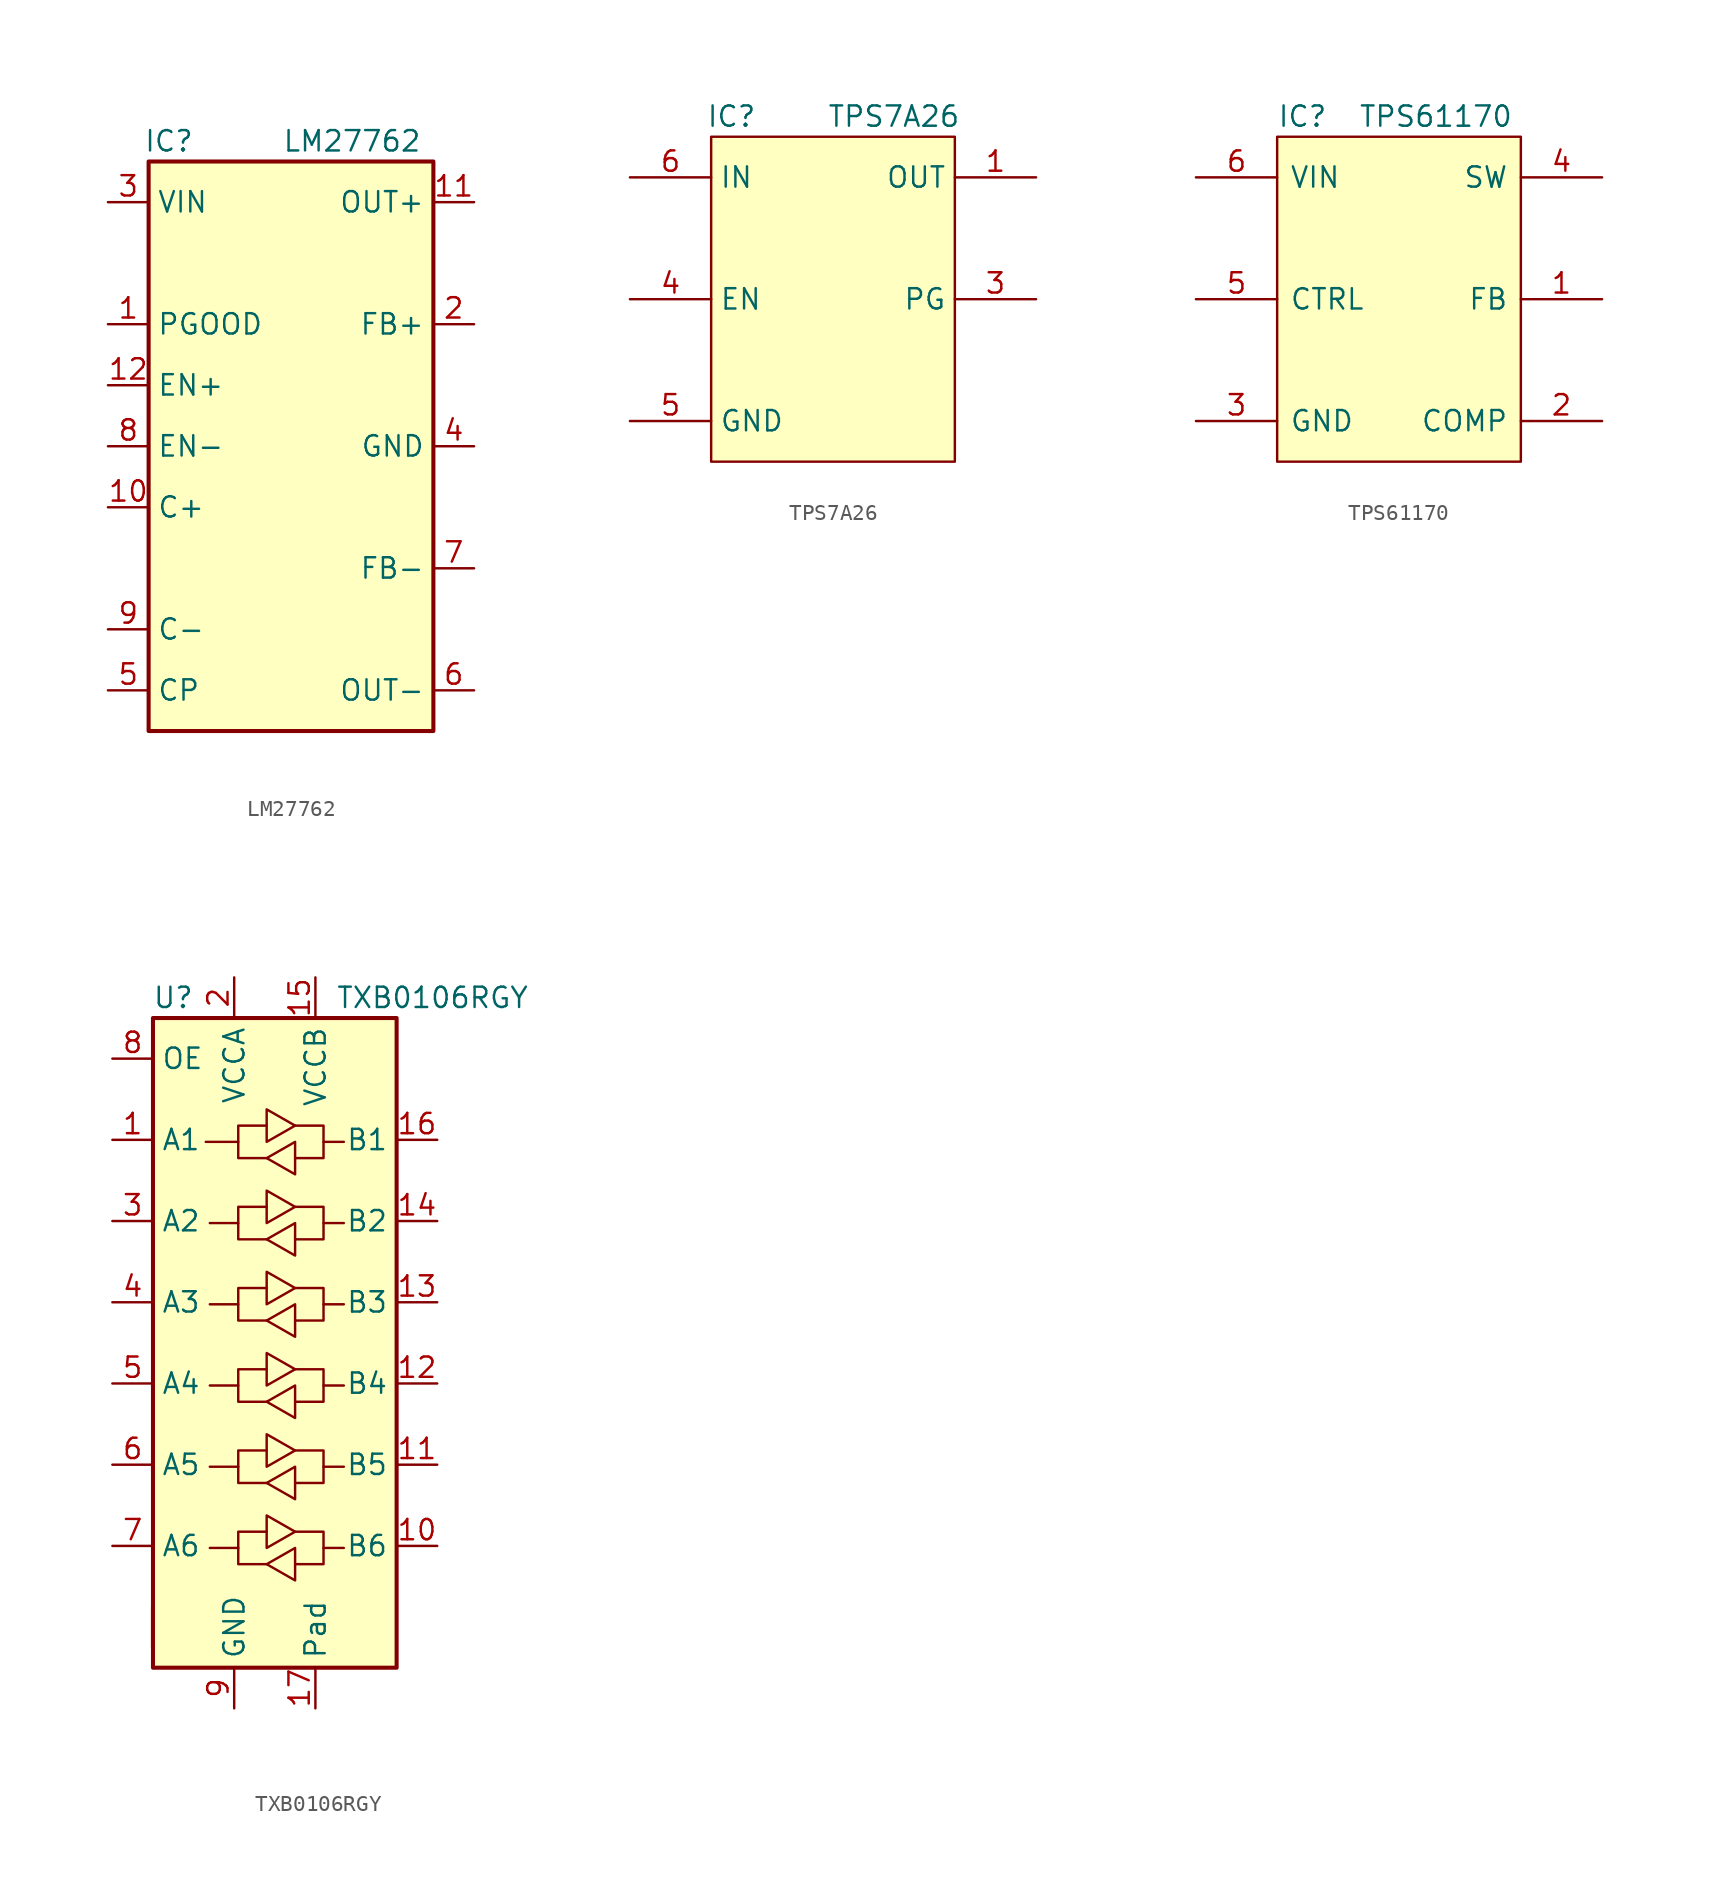
<source format=kicad_sym>
(kicad_symbol_lib
  (version 20220914)
  (generator kicad_symbol_editor)
  (symbol "LM27762"
    (property "Reference" "IC"
      (at -7.62 19.05 0)
      (effects (font (size 1.27 1.27))))
    (property "Value" "LM27762"
      (at 3.81 19.05 0)
      (effects (font (size 1.27 1.27))))
    (symbol "LM27762_0_1"
      (rectangle (start -8.89 17.78) (end 8.89 -17.78) (stroke (width 0.254) (type default)) (fill (type background))))
    (symbol "LM27762_1_1"
      (pin open_collector line (at -11.43 7.62 0) (length 2.54) (name "PGOOD" (effects (font (size 1.27 1.27)))) (number "1" (effects (font (size 1.27 1.27)))))
      (pin passive line (at -11.43 -3.81 0) (length 2.54) (name "C+" (effects (font (size 1.27 1.27)))) (number "10" (effects (font (size 1.27 1.27)))))
      (pin power_out line (at 11.43 15.24 180) (length 2.54) (name "OUT+" (effects (font (size 1.27 1.27)))) (number "11" (effects (font (size 1.27 1.27)))))
      (pin input line (at -11.43 3.81 0) (length 2.54) (name "EN+" (effects (font (size 1.27 1.27)))) (number "12" (effects (font (size 1.27 1.27)))))
      (pin power_in line (at 11.43 0 180) (length 2.54) hide (name "GND" (effects (font (size 1.27 1.27)))) (number "13" (effects (font (size 1.27 1.27)))))
      (pin input line (at 11.43 7.62 180) (length 2.54) (name "FB+" (effects (font (size 1.27 1.27)))) (number "2" (effects (font (size 1.27 1.27)))))
      (pin power_in line (at -11.43 15.24 0) (length 2.54) (name "VIN" (effects (font (size 1.27 1.27)))) (number "3" (effects (font (size 1.27 1.27)))))
      (pin power_in line (at 11.43 0 180) (length 2.54) (name "GND" (effects (font (size 1.27 1.27)))) (number "4" (effects (font (size 1.27 1.27)))))
      (pin passive line (at -11.43 -15.24 0) (length 2.54) (name "CP" (effects (font (size 1.27 1.27)))) (number "5" (effects (font (size 1.27 1.27)))))
      (pin power_out line (at 11.43 -15.24 180) (length 2.54) (name "OUT-" (effects (font (size 1.27 1.27)))) (number "6" (effects (font (size 1.27 1.27)))))
      (pin input line (at 11.43 -7.62 180) (length 2.54) (name "FB-" (effects (font (size 1.27 1.27)))) (number "7" (effects (font (size 1.27 1.27)))))
      (pin input line (at -11.43 0 0) (length 2.54) (name "EN-" (effects (font (size 1.27 1.27)))) (number "8" (effects (font (size 1.27 1.27)))))
      (pin passive line (at -11.43 -11.43 0) (length 2.54) (name "C-" (effects (font (size 1.27 1.27)))) (number "9" (effects (font (size 1.27 1.27)))))))
  (symbol "TPS7A26"
    (property "Reference" "IC"
      (at -6.35 11.43 0)
      (effects (font (size 1.27 1.27))))
    (property "Value" "TPS7A26"
      (at 3.81 11.43 0)
      (effects (font (size 1.27 1.27))))
    (symbol "TPS7A26_1_1"
      (rectangle (start -7.62 10.16) (end 7.62 -10.16) (stroke (width 0) (type default)) (fill (type background)))
      (pin passive line (at 12.7 7.62 180) (length 5.08) (name "OUT" (effects (font (size 1.27 1.27)))) (number "1" (effects (font (size 1.27 1.27)))))
      (pin no_connect line (at 7.62 -7.62 180) (length 5.08) hide (name "NC" (effects (font (size 1.27 1.27)))) (number "2" (effects (font (size 1.27 1.27)))))
      (pin output line (at 12.7 0 180) (length 5.08) (name "PG" (effects (font (size 1.27 1.27)))) (number "3" (effects (font (size 1.27 1.27)))))
      (pin input line (at -12.7 0 0) (length 5.08) (name "EN" (effects (font (size 1.27 1.27)))) (number "4" (effects (font (size 1.27 1.27)))))
      (pin passive line (at -12.7 -7.62 0) (length 5.08) (name "GND" (effects (font (size 1.27 1.27)))) (number "5" (effects (font (size 1.27 1.27)))))
      (pin passive line (at -12.7 7.62 0) (length 5.08) (name "IN" (effects (font (size 1.27 1.27)))) (number "6" (effects (font (size 1.27 1.27)))))
      (pin passive line (at -12.7 -7.62 0) (length 5.08) hide (name "GND" (effects (font (size 1.27 1.27)))) (number "7" (effects (font (size 1.27 1.27)))))))
  (symbol "TPS61170"
    (pin_names
      (offset 0.762))
    (property "Reference" "IC"
      (at -7.62 8.89 0)
      (effects (font (size 1.27 1.27)) (justify left)))
    (property "Value" "TPS61170"
      (at -2.54 8.89 0)
      (effects (font (size 1.27 1.27)) (justify left)))
    (symbol "TPS61170_0_0"
      (pin input line (at 12.7 -2.54 180) (length 5.08) (name "FB" (effects (font (size 1.27 1.27)))) (number "1" (effects (font (size 1.27 1.27)))))
      (pin output line (at 12.7 -10.16 180) (length 5.08) (name "COMP" (effects (font (size 1.27 1.27)))) (number "2" (effects (font (size 1.27 1.27)))))
      (pin bidirectional line (at 12.7 5.08 180) (length 5.08) (name "SW" (effects (font (size 1.27 1.27)))) (number "4" (effects (font (size 1.27 1.27)))))
      (pin input line (at -12.7 -2.54 0) (length 5.08) (name "CTRL" (effects (font (size 1.27 1.27)))) (number "5" (effects (font (size 1.27 1.27))))))
    (symbol "TPS61170_1_0"
      (pin passive line (at -12.7 -10.16 0) (length 5.08) (name "GND" (effects (font (size 1.27 1.27)))) (number "3" (effects (font (size 1.27 1.27)))))
      (pin passive line (at -12.7 5.08 0) (length 5.08) (name "VIN" (effects (font (size 1.27 1.27)))) (number "6" (effects (font (size 1.27 1.27)))))
      (pin passive line (at -12.7 -10.16 0) (length 5.08) hide (name "GND" (effects (font (size 1.27 1.27)))) (number "7" (effects (font (size 1.27 1.27))))))
    (symbol "TPS61170_1_1"
      (rectangle (start -7.62 7.62) (end 7.62 -12.7) (stroke (width 0) (type default)) (fill (type background)))))
  (symbol "TXB0106RGY"
    (property "Reference" "U"
      (at -6.35 21.59 0)
      (effects (font (size 1.27 1.27))))
    (property "Value" "TXB0106RGY"
      (at 3.81 21.59 0)
      (effects (font (size 1.27 1.27)) (justify left)))
    (symbol "TXB0106RGY_0_1"
      (rectangle (start -7.62 -19.05) (end -7.62 -16.51) (stroke (width 0.254) (type default)) (fill (type none)))
      (rectangle (start -7.62 20.32) (end 7.62 -20.32) (stroke (width 0.254) (type default)) (fill (type background)))
      (polyline (pts (xy -2.286 -12.827) (xy -2.286 -11.811) (xy -0.508 -11.811)) (stroke (width 0) (type default)) (fill (type none)))
      (polyline (pts (xy -2.286 -7.747) (xy -2.286 -6.731) (xy -0.508 -6.731)) (stroke (width 0) (type default)) (fill (type none)))
      (polyline (pts (xy -2.286 -2.667) (xy -2.286 -1.651) (xy -0.508 -1.651)) (stroke (width 0) (type default)) (fill (type none)))
      (polyline (pts (xy -2.286 2.413) (xy -2.286 3.429) (xy -0.508 3.429)) (stroke (width 0) (type default)) (fill (type none)))
      (polyline (pts (xy -2.286 7.493) (xy -2.286 8.509) (xy -0.508 8.509)) (stroke (width 0) (type default)) (fill (type none)))
      (polyline (pts (xy -2.286 12.573) (xy -2.286 13.589) (xy -0.508 13.589)) (stroke (width 0) (type default)) (fill (type none)))
      (polyline (pts (xy 3.048 -12.827) (xy 3.048 -13.843) (xy 1.27 -13.843)) (stroke (width 0) (type default)) (fill (type none)))
      (polyline (pts (xy 3.048 -7.747) (xy 3.048 -8.763) (xy 1.27 -8.763)) (stroke (width 0) (type default)) (fill (type none)))
      (polyline (pts (xy 3.048 -2.667) (xy 3.048 -3.683) (xy 1.27 -3.683)) (stroke (width 0) (type default)) (fill (type none)))
      (polyline (pts (xy 3.048 2.413) (xy 3.048 1.397) (xy 1.27 1.397)) (stroke (width 0) (type default)) (fill (type none)))
      (polyline (pts (xy 3.048 7.493) (xy 3.048 6.477) (xy 1.27 6.477)) (stroke (width 0) (type default)) (fill (type none)))
      (polyline (pts (xy 3.048 12.573) (xy 3.048 11.557) (xy 1.27 11.557)) (stroke (width 0) (type default)) (fill (type none)))
      (polyline (pts (xy -0.508 -13.843) (xy -2.286 -13.843) (xy -2.286 -12.827) (xy -4.064 -12.827)) (stroke (width 0) (type default)) (fill (type none)))
      (polyline (pts (xy -0.508 -13.843) (xy 1.27 -12.827) (xy 1.27 -14.859) (xy -0.508 -13.843)) (stroke (width 0) (type default)) (fill (type none)))
      (polyline (pts (xy -0.508 -8.763) (xy -2.286 -8.763) (xy -2.286 -7.747) (xy -4.064 -7.747)) (stroke (width 0) (type default)) (fill (type none)))
      (polyline (pts (xy -0.508 -8.763) (xy 1.27 -7.747) (xy 1.27 -9.779) (xy -0.508 -8.763)) (stroke (width 0) (type default)) (fill (type none)))
      (polyline (pts (xy -0.508 -3.683) (xy -2.286 -3.683) (xy -2.286 -2.667) (xy -4.064 -2.667)) (stroke (width 0) (type default)) (fill (type none)))
      (polyline (pts (xy -0.508 -3.683) (xy 1.27 -2.667) (xy 1.27 -4.699) (xy -0.508 -3.683)) (stroke (width 0) (type default)) (fill (type none)))
      (polyline (pts (xy -0.508 1.397) (xy -2.286 1.397) (xy -2.286 2.413) (xy -4.064 2.413)) (stroke (width 0) (type default)) (fill (type none)))
      (polyline (pts (xy -0.508 1.397) (xy 1.27 2.413) (xy 1.27 0.381) (xy -0.508 1.397)) (stroke (width 0) (type default)) (fill (type none)))
      (polyline (pts (xy -0.508 6.477) (xy -2.286 6.477) (xy -2.286 7.493) (xy -4.064 7.493)) (stroke (width 0) (type default)) (fill (type none)))
      (polyline (pts (xy -0.508 6.477) (xy 1.27 7.493) (xy 1.27 5.461) (xy -0.508 6.477)) (stroke (width 0) (type default)) (fill (type none)))
      (polyline (pts (xy -0.508 11.557) (xy -2.286 11.557) (xy -2.286 12.573) (xy -4.318 12.573)) (stroke (width 0) (type default)) (fill (type none)))
      (polyline (pts (xy -0.508 11.557) (xy 1.27 12.573) (xy 1.27 10.541) (xy -0.508 11.557)) (stroke (width 0) (type default)) (fill (type none)))
      (polyline (pts (xy 1.27 -11.811) (xy -0.508 -12.827) (xy -0.508 -10.795) (xy 1.27 -11.811)) (stroke (width 0) (type default)) (fill (type none)))
      (polyline (pts (xy 1.27 -11.811) (xy 3.048 -11.811) (xy 3.048 -12.827) (xy 4.318 -12.827)) (stroke (width 0) (type default)) (fill (type none)))
      (polyline (pts (xy 1.27 -6.731) (xy -0.508 -7.747) (xy -0.508 -5.715) (xy 1.27 -6.731)) (stroke (width 0) (type default)) (fill (type none)))
      (polyline (pts (xy 1.27 -6.731) (xy 3.048 -6.731) (xy 3.048 -7.747) (xy 4.318 -7.747)) (stroke (width 0) (type default)) (fill (type none)))
      (polyline (pts (xy 1.27 -1.651) (xy -0.508 -2.667) (xy -0.508 -0.635) (xy 1.27 -1.651)) (stroke (width 0) (type default)) (fill (type none)))
      (polyline (pts (xy 1.27 -1.651) (xy 3.048 -1.651) (xy 3.048 -2.667) (xy 4.318 -2.667)) (stroke (width 0) (type default)) (fill (type none)))
      (polyline (pts (xy 1.27 3.429) (xy -0.508 2.413) (xy -0.508 4.445) (xy 1.27 3.429)) (stroke (width 0) (type default)) (fill (type none)))
      (polyline (pts (xy 1.27 3.429) (xy 3.048 3.429) (xy 3.048 2.413) (xy 4.318 2.413)) (stroke (width 0) (type default)) (fill (type none)))
      (polyline (pts (xy 1.27 8.509) (xy -0.508 7.493) (xy -0.508 9.525) (xy 1.27 8.509)) (stroke (width 0) (type default)) (fill (type none)))
      (polyline (pts (xy 1.27 8.509) (xy 3.048 8.509) (xy 3.048 7.493) (xy 4.318 7.493)) (stroke (width 0) (type default)) (fill (type none)))
      (polyline (pts (xy 1.27 13.589) (xy -0.508 12.573) (xy -0.508 14.605) (xy 1.27 13.589)) (stroke (width 0) (type default)) (fill (type none)))
      (polyline (pts (xy 1.27 13.589) (xy 3.048 13.589) (xy 3.048 12.573) (xy 4.318 12.573)) (stroke (width 0) (type default)) (fill (type none))))
    (symbol "TXB0106RGY_1_1"
      (pin bidirectional line (at -10.16 12.7 0) (length 2.54) (name "A1" (effects (font (size 1.27 1.27)))) (number "1" (effects (font (size 1.27 1.27)))))
      (pin bidirectional line (at 10.16 -12.7 180) (length 2.54) (name "B6" (effects (font (size 1.27 1.27)))) (number "10" (effects (font (size 1.27 1.27)))))
      (pin bidirectional line (at 10.16 -7.62 180) (length 2.54) (name "B5" (effects (font (size 1.27 1.27)))) (number "11" (effects (font (size 1.27 1.27)))))
      (pin bidirectional line (at 10.16 -2.54 180) (length 2.54) (name "B4" (effects (font (size 1.27 1.27)))) (number "12" (effects (font (size 1.27 1.27)))))
      (pin bidirectional line (at 10.16 2.54 180) (length 2.54) (name "B3" (effects (font (size 1.27 1.27)))) (number "13" (effects (font (size 1.27 1.27)))))
      (pin bidirectional line (at 10.16 7.62 180) (length 2.54) (name "B2" (effects (font (size 1.27 1.27)))) (number "14" (effects (font (size 1.27 1.27)))))
      (pin power_in line (at 2.54 22.86 270) (length 2.54) (name "VCCB" (effects (font (size 1.27 1.27)))) (number "15" (effects (font (size 1.27 1.27)))))
      (pin bidirectional line (at 10.16 12.7 180) (length 2.54) (name "B1" (effects (font (size 1.27 1.27)))) (number "16" (effects (font (size 1.27 1.27)))))
      (pin input line (at 2.54 -22.86 90) (length 2.54) (name "Pad" (effects (font (size 1.27 1.27)))) (number "17" (effects (font (size 1.27 1.27)))))
      (pin power_in line (at -2.54 22.86 270) (length 2.54) (name "VCCA" (effects (font (size 1.27 1.27)))) (number "2" (effects (font (size 1.27 1.27)))))
      (pin bidirectional line (at -10.16 7.62 0) (length 2.54) (name "A2" (effects (font (size 1.27 1.27)))) (number "3" (effects (font (size 1.27 1.27)))))
      (pin bidirectional line (at -10.16 2.54 0) (length 2.54) (name "A3" (effects (font (size 1.27 1.27)))) (number "4" (effects (font (size 1.27 1.27)))))
      (pin bidirectional line (at -10.16 -2.54 0) (length 2.54) (name "A4" (effects (font (size 1.27 1.27)))) (number "5" (effects (font (size 1.27 1.27)))))
      (pin bidirectional line (at -10.16 -7.62 0) (length 2.54) (name "A5" (effects (font (size 1.27 1.27)))) (number "6" (effects (font (size 1.27 1.27)))))
      (pin bidirectional line (at -10.16 -12.7 0) (length 2.54) (name "A6" (effects (font (size 1.27 1.27)))) (number "7" (effects (font (size 1.27 1.27)))))
      (pin input line (at -10.16 17.78 0) (length 2.54) (name "OE" (effects (font (size 1.27 1.27)))) (number "8" (effects (font (size 1.27 1.27)))))
      (pin power_in line (at -2.54 -22.86 90) (length 2.54) (name "GND" (effects (font (size 1.27 1.27)))) (number "9" (effects (font (size 1.27 1.27))))))))
</source>
